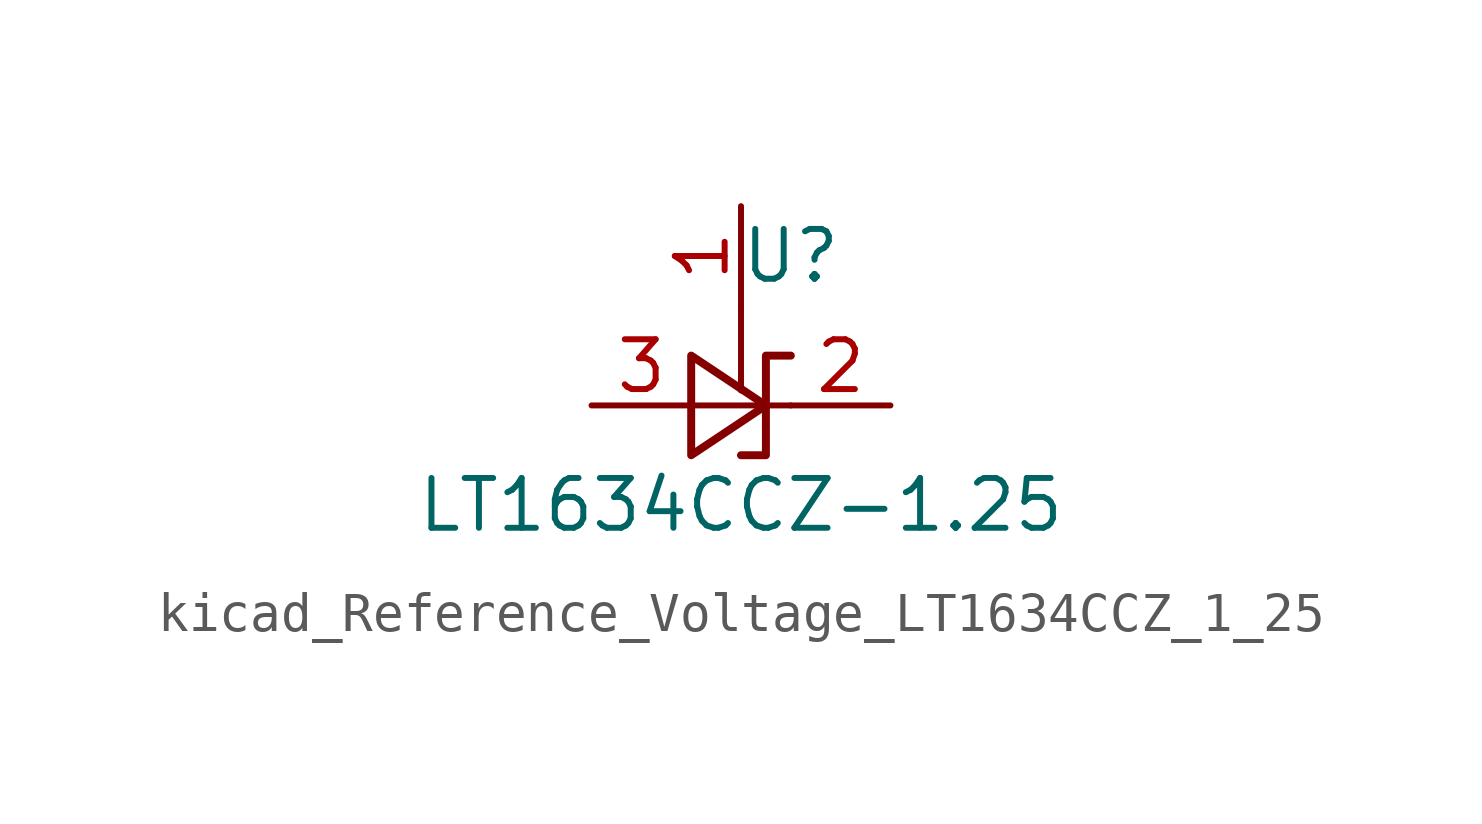
<source format=kicad_sym>
(kicad_symbol_lib
  (version 20220914)
  (generator kicad_symbol_editor)
  (symbol "kicad_Reference_Voltage_LT1634CCZ_1_25"
    (pin_names hide)
    (property "Reference" "U"
      (at 1.27 3.81 0)
      (effects (font (size 1.27 1.27))))
    (property "Value" "LT1634CCZ-1.25"
      (at 0 -2.54 0)
      (effects (font (size 1.27 1.27))))
    (symbol "kicad_Reference_Voltage_LT1634CCZ_1_25_1_1"
      (polyline (pts (xy 0 2.54) (xy 0 0.381)) (stroke (width 0) (type default)) (fill (type none)))
      (polyline (pts (xy -1.27 0) (xy 0 0) (xy 1.27 0)) (stroke (width 0) (type default)) (fill (type none)))
      (polyline (pts (xy -1.27 -1.27) (xy 0.635 0) (xy -1.27 1.27) (xy -1.27 -1.27)) (stroke (width 0.203) (type default)) (fill (type none)))
      (polyline (pts (xy 0 -1.27) (xy 0.635 -1.27) (xy 0.635 1.27) (xy 1.27 1.27)) (stroke (width 0.203) (type default)) (fill (type none)))
      (pin input line (at 0 5.08 270) (length 2.54) (name "Test" (effects (font (size 1.27 1.27)))) (number "1" (effects (font (size 1.27 1.27)))))
      (pin passive line (at 3.81 0 180) (length 2.54) (name "K" (effects (font (size 1.27 1.27)))) (number "2" (effects (font (size 1.27 1.27)))))
      (pin passive line (at -3.81 0 0) (length 2.54) (name "A" (effects (font (size 1.27 1.27)))) (number "3" (effects (font (size 1.27 1.27))))))))
</source>
